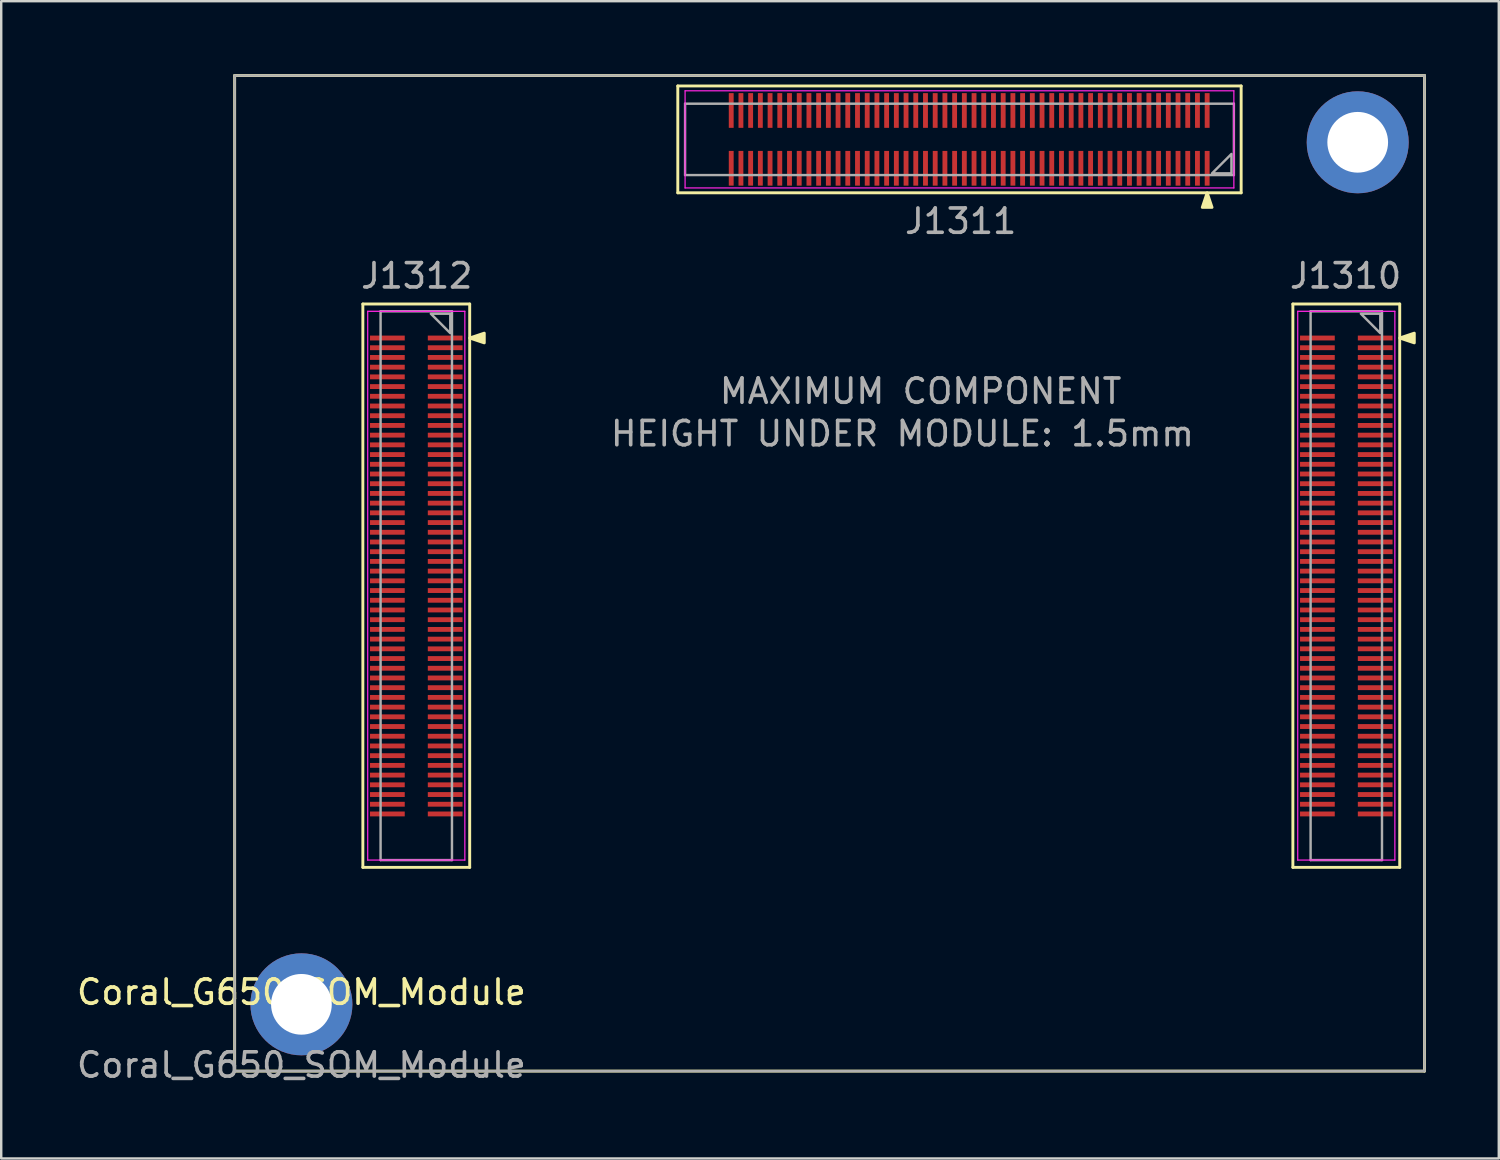
<source format=kicad_pcb>
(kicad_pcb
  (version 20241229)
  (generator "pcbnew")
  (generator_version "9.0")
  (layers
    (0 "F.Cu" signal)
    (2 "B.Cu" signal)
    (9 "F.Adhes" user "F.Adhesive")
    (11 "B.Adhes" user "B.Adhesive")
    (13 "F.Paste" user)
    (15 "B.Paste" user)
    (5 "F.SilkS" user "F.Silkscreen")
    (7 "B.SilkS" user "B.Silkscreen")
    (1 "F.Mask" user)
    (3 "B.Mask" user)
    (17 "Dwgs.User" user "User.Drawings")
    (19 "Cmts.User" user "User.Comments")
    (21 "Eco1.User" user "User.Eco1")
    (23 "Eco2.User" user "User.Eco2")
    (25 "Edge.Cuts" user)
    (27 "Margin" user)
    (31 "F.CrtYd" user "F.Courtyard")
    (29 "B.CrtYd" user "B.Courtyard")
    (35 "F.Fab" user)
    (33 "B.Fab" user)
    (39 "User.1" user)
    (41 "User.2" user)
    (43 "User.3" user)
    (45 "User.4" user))
  (footprint "Coral_G650_SOM_Module"
    (layer "F.Cu")
    (at 9.363 38.31)
    (property "Reference" "Coral_G650_SOM_Module" (at 0 -0.5 0) (unlocked yes) (layer "F.SilkS") (effects (font (size 1 1) (thickness 0.15))))
    (attr through_hole)
    (fp_line (start -2.75 -38.25) (end -2.75 2.75) (stroke (width 0.12) (type solid)) (layer "F.SilkS"))
    (fp_line (start -2.75 2.75) (end 46.25 2.75) (stroke (width 0.12) (type solid)) (layer "F.SilkS"))
    (fp_line (start 2.53 -28.84) (end 6.93 -28.84) (stroke (width 0.12) (type solid)) (layer "F.SilkS"))
    (fp_line (start 2.53 -5.64) (end 2.53 -28.84) (stroke (width 0.12) (type solid)) (layer "F.SilkS"))
    (fp_line (start 6.93 -28.84) (end 6.93 -5.64) (stroke (width 0.12) (type solid)) (layer "F.SilkS"))
    (fp_line (start 6.93 -5.64) (end 2.53 -5.64) (stroke (width 0.12) (type solid)) (layer "F.SilkS"))
    (fp_line (start 15.5 -37.82) (end 38.7 -37.82) (stroke (width 0.12) (type solid)) (layer "F.SilkS"))
    (fp_line (start 15.5 -33.42) (end 15.5 -37.82) (stroke (width 0.12) (type solid)) (layer "F.SilkS"))
    (fp_line (start 38.7 -37.82) (end 38.7 -33.42) (stroke (width 0.12) (type solid)) (layer "F.SilkS"))
    (fp_line (start 38.7 -33.42) (end 15.5 -33.42) (stroke (width 0.12) (type solid)) (layer "F.SilkS"))
    (fp_line (start 40.83 -28.84) (end 45.23 -28.84) (stroke (width 0.12) (type solid)) (layer "F.SilkS"))
    (fp_line (start 40.83 -5.64) (end 40.83 -28.84) (stroke (width 0.12) (type solid)) (layer "F.SilkS"))
    (fp_line (start 45.23 -28.84) (end 45.23 -5.64) (stroke (width 0.12) (type solid)) (layer "F.SilkS"))
    (fp_line (start 45.23 -5.64) (end 40.83 -5.64) (stroke (width 0.12) (type solid)) (layer "F.SilkS"))
    (fp_line (start 46.25 -38.25) (end -2.75 -38.25) (stroke (width 0.12) (type solid)) (layer "F.SilkS"))
    (fp_line (start 46.25 2.75) (end 46.25 -38.25) (stroke (width 0.12) (type solid)) (layer "F.SilkS"))
    (fp_poly (pts (xy 7.53 -27.64) (xy 7.53 -27.24) (xy 6.93 -27.44)) (stroke (width 0.12) (type solid)) (fill yes) (layer "F.SilkS"))
    (fp_poly (pts (xy 37.5 -32.82) (xy 37.1 -32.82) (xy 37.3 -33.42)) (stroke (width 0.12) (type solid)) (fill yes) (layer "F.SilkS"))
    (fp_poly (pts (xy 45.83 -27.64) (xy 45.83 -27.24) (xy 45.23 -27.44)) (stroke (width 0.12) (type solid)) (fill yes) (layer "F.SilkS"))
    (fp_line (start 2.73 -28.54) (end 6.73 -28.54) (stroke (width 0.05) (type solid)) (layer "F.CrtYd"))
    (fp_line (start 2.73 -5.94) (end 2.73 -28.54) (stroke (width 0.05) (type solid)) (layer "F.CrtYd"))
    (fp_line (start 6.73 -28.54) (end 6.73 -5.94) (stroke (width 0.05) (type solid)) (layer "F.CrtYd"))
    (fp_line (start 6.73 -5.94) (end 2.73 -5.94) (stroke (width 0.05) (type solid)) (layer "F.CrtYd"))
    (fp_line (start 15.8 -37.62) (end 38.4 -37.62) (stroke (width 0.05) (type solid)) (layer "F.CrtYd"))
    (fp_line (start 15.8 -33.62) (end 15.8 -37.62) (stroke (width 0.05) (type solid)) (layer "F.CrtYd"))
    (fp_line (start 38.4 -37.62) (end 38.4 -33.62) (stroke (width 0.05) (type solid)) (layer "F.CrtYd"))
    (fp_line (start 38.4 -33.62) (end 15.8 -33.62) (stroke (width 0.05) (type solid)) (layer "F.CrtYd"))
    (fp_line (start 41.03 -28.54) (end 45.03 -28.54) (stroke (width 0.05) (type solid)) (layer "F.CrtYd"))
    (fp_line (start 41.03 -5.94) (end 41.03 -28.54) (stroke (width 0.05) (type solid)) (layer "F.CrtYd"))
    (fp_line (start 45.03 -28.54) (end 45.03 -5.94) (stroke (width 0.05) (type solid)) (layer "F.CrtYd"))
    (fp_line (start 45.03 -5.94) (end 41.03 -5.94) (stroke (width 0.05) (type solid)) (layer "F.CrtYd"))
    (fp_line (start -2.75 -38.25) (end -2.75 2.75) (stroke (width 0.1) (type solid)) (layer "F.Fab"))
    (fp_line (start -2.75 2.75) (end 46.25 2.75) (stroke (width 0.1) (type solid)) (layer "F.Fab"))
    (fp_line (start 3.26 -28.54) (end 6.2 -28.54) (stroke (width 0.1) (type solid)) (layer "F.Fab"))
    (fp_line (start 3.26 -5.94) (end 3.26 -28.54) (stroke (width 0.1) (type solid)) (layer "F.Fab"))
    (fp_line (start 6.2 -28.54) (end 6.2 -5.94) (stroke (width 0.1) (type solid)) (layer "F.Fab"))
    (fp_line (start 6.2 -5.94) (end 3.26 -5.94) (stroke (width 0.1) (type solid)) (layer "F.Fab"))
    (fp_line (start 15.8 -37.09) (end 38.4 -37.09) (stroke (width 0.1) (type solid)) (layer "F.Fab"))
    (fp_line (start 15.8 -34.15) (end 15.8 -37.09) (stroke (width 0.1) (type solid)) (layer "F.Fab"))
    (fp_line (start 38.4 -37.09) (end 38.4 -34.15) (stroke (width 0.1) (type solid)) (layer "F.Fab"))
    (fp_line (start 38.4 -34.15) (end 15.8 -34.15) (stroke (width 0.1) (type solid)) (layer "F.Fab"))
    (fp_line (start 41.56 -28.54) (end 44.5 -28.54) (stroke (width 0.1) (type solid)) (layer "F.Fab"))
    (fp_line (start 41.56 -5.94) (end 41.56 -28.54) (stroke (width 0.1) (type solid)) (layer "F.Fab"))
    (fp_line (start 44.5 -28.54) (end 44.5 -5.94) (stroke (width 0.1) (type solid)) (layer "F.Fab"))
    (fp_line (start 44.5 -5.94) (end 41.56 -5.94) (stroke (width 0.1) (type solid)) (layer "F.Fab"))
    (fp_line (start 46.25 -38.25) (end -2.75 -38.25) (stroke (width 0.1) (type solid)) (layer "F.Fab"))
    (fp_line (start 46.25 2.75) (end 46.25 -38.25) (stroke (width 0.1) (type solid)) (layer "F.Fab"))
    (fp_poly (pts (xy 6.13 -28.44) (xy 6.13 -27.64) (xy 5.33 -28.44)) (stroke (width 0.1) (type solid)) (fill no) (layer "F.Fab"))
    (fp_poly (pts (xy 38.3 -34.22) (xy 37.5 -34.22) (xy 38.3 -35.02)) (stroke (width 0.1) (type solid)) (fill no) (layer "F.Fab"))
    (fp_poly (pts (xy 44.43 -28.44) (xy 44.43 -27.64) (xy 43.63 -28.44)) (stroke (width 0.1) (type solid)) (fill no) (layer "F.Fab"))
    (fp_text user "J1311" (at 27.15 -32.25 0) (unlocked yes) (layer "F.Fab") (effects (font (size 1 1) (thickness 0.15))))
    (fp_text user "MAXIMUM COMPONENT" (at 25.5 -25.25 0) (unlocked yes) (layer "F.Fab") (effects (font (size 1 1) (thickness 0.15))))
    (fp_text user "J1310" (at 43 -30 0) (unlocked yes) (layer "F.Fab") (effects (font (size 1 1) (thickness 0.15))))
    (fp_text user "J1312" (at 4.75 -30 0) (unlocked yes) (layer "F.Fab") (effects (font (size 1 1) (thickness 0.15))))
    (fp_text user "${REFERENCE}" (at 0 2.5 0) (unlocked yes) (layer "F.Fab") (effects (font (size 1 1) (thickness 0.15))))
    (fp_text user "HEIGHT UNDER MODULE: 1.5mm" (at 24.75 -23.5 0) (unlocked yes) (layer "F.Fab") (effects (font (size 1 1) (thickness 0.15))))
    (pad "1" smd rect (at 44.22 -27.44 90) (size 0.2 1.43) (layers "F.Cu" "F.Mask" "F.Paste"))
    (pad "2" smd rect (at 41.84 -27.44 90) (size 0.2 1.43) (layers "F.Cu" "F.Mask" "F.Paste"))
    (pad "3" smd rect (at 44.22 -27.04 90) (size 0.2 1.43) (layers "F.Cu" "F.Mask" "F.Paste"))
    (pad "4" smd rect (at 41.84 -27.04 90) (size 0.2 1.43) (layers "F.Cu" "F.Mask" "F.Paste"))
    (pad "5" smd rect (at 44.22 -26.64 90) (size 0.2 1.43) (layers "F.Cu" "F.Mask" "F.Paste"))
    (pad "6" smd rect (at 41.84 -26.64 90) (size 0.2 1.43) (layers "F.Cu" "F.Mask" "F.Paste"))
    (pad "7" smd rect (at 44.22 -26.24 90) (size 0.2 1.43) (layers "F.Cu" "F.Mask" "F.Paste"))
    (pad "8" smd rect (at 41.84 -26.24 90) (size 0.2 1.43) (layers "F.Cu" "F.Mask" "F.Paste"))
    (pad "9" smd rect (at 44.22 -25.84 90) (size 0.2 1.43) (layers "F.Cu" "F.Mask" "F.Paste"))
    (pad "10" smd rect (at 41.84 -25.84 90) (size 0.2 1.43) (layers "F.Cu" "F.Mask" "F.Paste"))
    (pad "11" smd rect (at 44.22 -25.44 90) (size 0.2 1.43) (layers "F.Cu" "F.Mask" "F.Paste"))
    (pad "12" smd rect (at 41.84 -25.44 90) (size 0.2 1.43) (layers "F.Cu" "F.Mask" "F.Paste"))
    (pad "13" smd rect (at 44.22 -25.04 90) (size 0.2 1.43) (layers "F.Cu" "F.Mask" "F.Paste"))
    (pad "14" smd rect (at 41.84 -25.04 90) (size 0.2 1.43) (layers "F.Cu" "F.Mask" "F.Paste"))
    (pad "15" smd rect (at 44.22 -24.64 90) (size 0.2 1.43) (layers "F.Cu" "F.Mask" "F.Paste"))
    (pad "16" smd rect (at 41.84 -24.64 90) (size 0.2 1.43) (layers "F.Cu" "F.Mask" "F.Paste"))
    (pad "17" smd rect (at 44.22 -24.24 90) (size 0.2 1.43) (layers "F.Cu" "F.Mask" "F.Paste"))
    (pad "18" smd rect (at 41.84 -24.24 90) (size 0.2 1.43) (layers "F.Cu" "F.Mask" "F.Paste"))
    (pad "19" smd rect (at 44.22 -23.84 90) (size 0.2 1.43) (layers "F.Cu" "F.Mask" "F.Paste"))
    (pad "20" smd rect (at 41.84 -23.84 90) (size 0.2 1.43) (layers "F.Cu" "F.Mask" "F.Paste"))
    (pad "21" smd rect (at 44.22 -23.44 90) (size 0.2 1.43) (layers "F.Cu" "F.Mask" "F.Paste"))
    (pad "22" smd rect (at 41.84 -23.44 90) (size 0.2 1.43) (layers "F.Cu" "F.Mask" "F.Paste"))
    (pad "23" smd rect (at 44.22 -23.04 90) (size 0.2 1.43) (layers "F.Cu" "F.Mask" "F.Paste"))
    (pad "24" smd rect (at 41.84 -23.04 90) (size 0.2 1.43) (layers "F.Cu" "F.Mask" "F.Paste"))
    (pad "25" smd rect (at 44.22 -22.64 90) (size 0.2 1.43) (layers "F.Cu" "F.Mask" "F.Paste"))
    (pad "26" smd rect (at 41.84 -22.64 90) (size 0.2 1.43) (layers "F.Cu" "F.Mask" "F.Paste"))
    (pad "27" smd rect (at 44.22 -22.24 90) (size 0.2 1.43) (layers "F.Cu" "F.Mask" "F.Paste"))
    (pad "28" smd rect (at 41.84 -22.24 90) (size 0.2 1.43) (layers "F.Cu" "F.Mask" "F.Paste"))
    (pad "29" smd rect (at 44.22 -21.84 90) (size 0.2 1.43) (layers "F.Cu" "F.Mask" "F.Paste"))
    (pad "30" smd rect (at 41.84 -21.84 90) (size 0.2 1.43) (layers "F.Cu" "F.Mask" "F.Paste"))
    (pad "31" smd rect (at 44.22 -21.44 90) (size 0.2 1.43) (layers "F.Cu" "F.Mask" "F.Paste"))
    (pad "32" smd rect (at 41.84 -21.44 90) (size 0.2 1.43) (layers "F.Cu" "F.Mask" "F.Paste"))
    (pad "33" smd rect (at 44.22 -21.04 90) (size 0.2 1.43) (layers "F.Cu" "F.Mask" "F.Paste"))
    (pad "34" smd rect (at 41.84 -21.04 90) (size 0.2 1.43) (layers "F.Cu" "F.Mask" "F.Paste"))
    (pad "35" smd rect (at 44.22 -20.64 90) (size 0.2 1.43) (layers "F.Cu" "F.Mask" "F.Paste"))
    (pad "36" smd rect (at 41.84 -20.64 90) (size 0.2 1.43) (layers "F.Cu" "F.Mask" "F.Paste"))
    (pad "37" smd rect (at 44.22 -20.24 90) (size 0.2 1.43) (layers "F.Cu" "F.Mask" "F.Paste"))
    (pad "38" smd rect (at 41.84 -20.24 90) (size 0.2 1.43) (layers "F.Cu" "F.Mask" "F.Paste"))
    (pad "39" smd rect (at 44.22 -19.84 90) (size 0.2 1.43) (layers "F.Cu" "F.Mask" "F.Paste"))
    (pad "40" smd rect (at 41.84 -19.84 90) (size 0.2 1.43) (layers "F.Cu" "F.Mask" "F.Paste"))
    (pad "41" smd rect (at 44.22 -19.44 90) (size 0.2 1.43) (layers "F.Cu" "F.Mask" "F.Paste"))
    (pad "42" smd rect (at 41.84 -19.44 90) (size 0.2 1.43) (layers "F.Cu" "F.Mask" "F.Paste"))
    (pad "43" smd rect (at 44.22 -19.04 90) (size 0.2 1.43) (layers "F.Cu" "F.Mask" "F.Paste"))
    (pad "44" smd rect (at 41.84 -19.04 90) (size 0.2 1.43) (layers "F.Cu" "F.Mask" "F.Paste"))
    (pad "45" smd rect (at 44.22 -18.64 90) (size 0.2 1.43) (layers "F.Cu" "F.Mask" "F.Paste"))
    (pad "46" smd rect (at 41.84 -18.64 90) (size 0.2 1.43) (layers "F.Cu" "F.Mask" "F.Paste"))
    (pad "47" smd rect (at 44.22 -18.24 90) (size 0.2 1.43) (layers "F.Cu" "F.Mask" "F.Paste"))
    (pad "48" smd rect (at 41.84 -18.24 90) (size 0.2 1.43) (layers "F.Cu" "F.Mask" "F.Paste"))
    (pad "49" smd rect (at 44.22 -17.84 90) (size 0.2 1.43) (layers "F.Cu" "F.Mask" "F.Paste"))
    (pad "50" smd rect (at 41.84 -17.84 90) (size 0.2 1.43) (layers "F.Cu" "F.Mask" "F.Paste"))
    (pad "51" smd rect (at 44.22 -17.44 90) (size 0.2 1.43) (layers "F.Cu" "F.Mask" "F.Paste"))
    (pad "52" smd rect (at 41.84 -17.44 90) (size 0.2 1.43) (layers "F.Cu" "F.Mask" "F.Paste"))
    (pad "53" smd rect (at 44.22 -17.04 90) (size 0.2 1.43) (layers "F.Cu" "F.Mask" "F.Paste"))
    (pad "54" smd rect (at 41.84 -17.04 90) (size 0.2 1.43) (layers "F.Cu" "F.Mask" "F.Paste"))
    (pad "55" smd rect (at 44.22 -16.64 90) (size 0.2 1.43) (layers "F.Cu" "F.Mask" "F.Paste"))
    (pad "56" smd rect (at 41.84 -16.64 90) (size 0.2 1.43) (layers "F.Cu" "F.Mask" "F.Paste"))
    (pad "57" smd rect (at 44.22 -16.24 90) (size 0.2 1.43) (layers "F.Cu" "F.Mask" "F.Paste"))
    (pad "58" smd rect (at 41.84 -16.24 90) (size 0.2 1.43) (layers "F.Cu" "F.Mask" "F.Paste"))
    (pad "59" smd rect (at 44.22 -15.84 90) (size 0.2 1.43) (layers "F.Cu" "F.Mask" "F.Paste"))
    (pad "60" smd rect (at 41.84 -15.84 90) (size 0.2 1.43) (layers "F.Cu" "F.Mask" "F.Paste"))
    (pad "61" smd rect (at 44.22 -15.44 90) (size 0.2 1.43) (layers "F.Cu" "F.Mask" "F.Paste"))
    (pad "62" smd rect (at 41.84 -15.44 90) (size 0.2 1.43) (layers "F.Cu" "F.Mask" "F.Paste"))
    (pad "63" smd rect (at 44.22 -15.04 90) (size 0.2 1.43) (layers "F.Cu" "F.Mask" "F.Paste"))
    (pad "64" smd rect (at 41.84 -15.04 90) (size 0.2 1.43) (layers "F.Cu" "F.Mask" "F.Paste"))
    (pad "65" smd rect (at 44.22 -14.64 90) (size 0.2 1.43) (layers "F.Cu" "F.Mask" "F.Paste"))
    (pad "66" smd rect (at 41.84 -14.64 90) (size 0.2 1.43) (layers "F.Cu" "F.Mask" "F.Paste"))
    (pad "67" smd rect (at 44.22 -14.24 90) (size 0.2 1.43) (layers "F.Cu" "F.Mask" "F.Paste"))
    (pad "68" smd rect (at 41.84 -14.24 90) (size 0.2 1.43) (layers "F.Cu" "F.Mask" "F.Paste"))
    (pad "69" smd rect (at 44.22 -13.84 90) (size 0.2 1.43) (layers "F.Cu" "F.Mask" "F.Paste"))
    (pad "70" smd rect (at 41.84 -13.84 90) (size 0.2 1.43) (layers "F.Cu" "F.Mask" "F.Paste"))
    (pad "71" smd rect (at 44.22 -13.44 90) (size 0.2 1.43) (layers "F.Cu" "F.Mask" "F.Paste"))
    (pad "72" smd rect (at 41.84 -13.44 90) (size 0.2 1.43) (layers "F.Cu" "F.Mask" "F.Paste"))
    (pad "73" smd rect (at 44.22 -13.04 90) (size 0.2 1.43) (layers "F.Cu" "F.Mask" "F.Paste"))
    (pad "74" smd rect (at 41.84 -13.04 90) (size 0.2 1.43) (layers "F.Cu" "F.Mask" "F.Paste"))
    (pad "75" smd rect (at 44.22 -12.64 90) (size 0.2 1.43) (layers "F.Cu" "F.Mask" "F.Paste"))
    (pad "76" smd rect (at 41.84 -12.64 90) (size 0.2 1.43) (layers "F.Cu" "F.Mask" "F.Paste"))
    (pad "77" smd rect (at 44.22 -12.24 90) (size 0.2 1.43) (layers "F.Cu" "F.Mask" "F.Paste"))
    (pad "78" smd rect (at 41.84 -12.24 90) (size 0.2 1.43) (layers "F.Cu" "F.Mask" "F.Paste"))
    (pad "79" smd rect (at 44.22 -11.84 90) (size 0.2 1.43) (layers "F.Cu" "F.Mask" "F.Paste"))
    (pad "80" smd rect (at 41.84 -11.84 90) (size 0.2 1.43) (layers "F.Cu" "F.Mask" "F.Paste"))
    (pad "81" smd rect (at 44.22 -11.44 90) (size 0.2 1.43) (layers "F.Cu" "F.Mask" "F.Paste"))
    (pad "82" smd rect (at 41.84 -11.44 90) (size 0.2 1.43) (layers "F.Cu" "F.Mask" "F.Paste"))
    (pad "83" smd rect (at 44.22 -11.04 90) (size 0.2 1.43) (layers "F.Cu" "F.Mask" "F.Paste"))
    (pad "84" smd rect (at 41.84 -11.04 90) (size 0.2 1.43) (layers "F.Cu" "F.Mask" "F.Paste"))
    (pad "85" smd rect (at 44.22 -10.64 90) (size 0.2 1.43) (layers "F.Cu" "F.Mask" "F.Paste"))
    (pad "86" smd rect (at 41.84 -10.64 90) (size 0.2 1.43) (layers "F.Cu" "F.Mask" "F.Paste"))
    (pad "87" smd rect (at 44.22 -10.24 90) (size 0.2 1.43) (layers "F.Cu" "F.Mask" "F.Paste"))
    (pad "88" smd rect (at 41.84 -10.24 90) (size 0.2 1.43) (layers "F.Cu" "F.Mask" "F.Paste"))
    (pad "89" smd rect (at 44.22 -9.84 90) (size 0.2 1.43) (layers "F.Cu" "F.Mask" "F.Paste"))
    (pad "90" smd rect (at 41.84 -9.84 90) (size 0.2 1.43) (layers "F.Cu" "F.Mask" "F.Paste"))
    (pad "91" smd rect (at 44.22 -9.44 90) (size 0.2 1.43) (layers "F.Cu" "F.Mask" "F.Paste"))
    (pad "92" smd rect (at 41.84 -9.44 90) (size 0.2 1.43) (layers "F.Cu" "F.Mask" "F.Paste"))
    (pad "93" smd rect (at 44.22 -9.04 90) (size 0.2 1.43) (layers "F.Cu" "F.Mask" "F.Paste"))
    (pad "94" smd rect (at 41.84 -9.04 90) (size 0.2 1.43) (layers "F.Cu" "F.Mask" "F.Paste"))
    (pad "95" smd rect (at 44.22 -8.64 90) (size 0.2 1.43) (layers "F.Cu" "F.Mask" "F.Paste"))
    (pad "96" smd rect (at 41.84 -8.64 90) (size 0.2 1.43) (layers "F.Cu" "F.Mask" "F.Paste"))
    (pad "97" smd rect (at 44.22 -8.24 90) (size 0.2 1.43) (layers "F.Cu" "F.Mask" "F.Paste"))
    (pad "98" smd rect (at 41.84 -8.24 90) (size 0.2 1.43) (layers "F.Cu" "F.Mask" "F.Paste"))
    (pad "99" smd rect (at 44.22 -7.84 90) (size 0.2 1.43) (layers "F.Cu" "F.Mask" "F.Paste"))
    (pad "100" smd rect (at 41.84 -7.84 90) (size 0.2 1.43) (layers "F.Cu" "F.Mask" "F.Paste"))
    (pad "101" smd rect (at 37.3 -34.43) (size 0.2 1.43) (layers "F.Cu" "F.Mask" "F.Paste"))
    (pad "102" smd rect (at 37.3 -36.81) (size 0.2 1.43) (layers "F.Cu" "F.Mask" "F.Paste"))
    (pad "103" smd rect (at 36.9 -34.43) (size 0.2 1.43) (layers "F.Cu" "F.Mask" "F.Paste"))
    (pad "104" smd rect (at 36.9 -36.81) (size 0.2 1.43) (layers "F.Cu" "F.Mask" "F.Paste"))
    (pad "105" smd rect (at 36.5 -34.43) (size 0.2 1.43) (layers "F.Cu" "F.Mask" "F.Paste"))
    (pad "106" smd rect (at 36.5 -36.81) (size 0.2 1.43) (layers "F.Cu" "F.Mask" "F.Paste"))
    (pad "107" smd rect (at 36.1 -34.43) (size 0.2 1.43) (layers "F.Cu" "F.Mask" "F.Paste"))
    (pad "108" smd rect (at 36.1 -36.81) (size 0.2 1.43) (layers "F.Cu" "F.Mask" "F.Paste"))
    (pad "109" smd rect (at 35.7 -34.43) (size 0.2 1.43) (layers "F.Cu" "F.Mask" "F.Paste"))
    (pad "110" smd rect (at 35.7 -36.81) (size 0.2 1.43) (layers "F.Cu" "F.Mask" "F.Paste"))
    (pad "111" smd rect (at 35.3 -34.43) (size 0.2 1.43) (layers "F.Cu" "F.Mask" "F.Paste"))
    (pad "112" smd rect (at 35.3 -36.81) (size 0.2 1.43) (layers "F.Cu" "F.Mask" "F.Paste"))
    (pad "113" smd rect (at 34.9 -34.43) (size 0.2 1.43) (layers "F.Cu" "F.Mask" "F.Paste"))
    (pad "114" smd rect (at 34.9 -36.81) (size 0.2 1.43) (layers "F.Cu" "F.Mask" "F.Paste"))
    (pad "115" smd rect (at 34.5 -34.43) (size 0.2 1.43) (layers "F.Cu" "F.Mask" "F.Paste"))
    (pad "116" smd rect (at 34.5 -36.81) (size 0.2 1.43) (layers "F.Cu" "F.Mask" "F.Paste"))
    (pad "117" smd rect (at 34.1 -34.43) (size 0.2 1.43) (layers "F.Cu" "F.Mask" "F.Paste"))
    (pad "118" smd rect (at 34.1 -36.81) (size 0.2 1.43) (layers "F.Cu" "F.Mask" "F.Paste"))
    (pad "119" smd rect (at 33.7 -34.43) (size 0.2 1.43) (layers "F.Cu" "F.Mask" "F.Paste"))
    (pad "120" smd rect (at 33.7 -36.81) (size 0.2 1.43) (layers "F.Cu" "F.Mask" "F.Paste"))
    (pad "121" smd rect (at 33.3 -34.43) (size 0.2 1.43) (layers "F.Cu" "F.Mask" "F.Paste"))
    (pad "122" smd rect (at 33.3 -36.81) (size 0.2 1.43) (layers "F.Cu" "F.Mask" "F.Paste"))
    (pad "123" smd rect (at 32.9 -34.43) (size 0.2 1.43) (layers "F.Cu" "F.Mask" "F.Paste"))
    (pad "124" smd rect (at 32.9 -36.81) (size 0.2 1.43) (layers "F.Cu" "F.Mask" "F.Paste"))
    (pad "125" smd rect (at 32.5 -34.43) (size 0.2 1.43) (layers "F.Cu" "F.Mask" "F.Paste"))
    (pad "126" smd rect (at 32.5 -36.81) (size 0.2 1.43) (layers "F.Cu" "F.Mask" "F.Paste"))
    (pad "127" smd rect (at 32.1 -34.43) (size 0.2 1.43) (layers "F.Cu" "F.Mask" "F.Paste"))
    (pad "128" smd rect (at 32.1 -36.81) (size 0.2 1.43) (layers "F.Cu" "F.Mask" "F.Paste"))
    (pad "129" smd rect (at 31.7 -34.43) (size 0.2 1.43) (layers "F.Cu" "F.Mask" "F.Paste"))
    (pad "130" smd rect (at 31.7 -36.81) (size 0.2 1.43) (layers "F.Cu" "F.Mask" "F.Paste"))
    (pad "131" smd rect (at 31.3 -34.43) (size 0.2 1.43) (layers "F.Cu" "F.Mask" "F.Paste"))
    (pad "132" smd rect (at 31.3 -36.81) (size 0.2 1.43) (layers "F.Cu" "F.Mask" "F.Paste"))
    (pad "133" smd rect (at 30.9 -34.43) (size 0.2 1.43) (layers "F.Cu" "F.Mask" "F.Paste"))
    (pad "134" smd rect (at 30.9 -36.81) (size 0.2 1.43) (layers "F.Cu" "F.Mask" "F.Paste"))
    (pad "135" smd rect (at 30.5 -34.43) (size 0.2 1.43) (layers "F.Cu" "F.Mask" "F.Paste"))
    (pad "136" smd rect (at 30.5 -36.81) (size 0.2 1.43) (layers "F.Cu" "F.Mask" "F.Paste"))
    (pad "137" smd rect (at 30.1 -34.43) (size 0.2 1.43) (layers "F.Cu" "F.Mask" "F.Paste"))
    (pad "138" smd rect (at 30.1 -36.81) (size 0.2 1.43) (layers "F.Cu" "F.Mask" "F.Paste"))
    (pad "139" smd rect (at 29.7 -34.43) (size 0.2 1.43) (layers "F.Cu" "F.Mask" "F.Paste"))
    (pad "140" smd rect (at 29.7 -36.81) (size 0.2 1.43) (layers "F.Cu" "F.Mask" "F.Paste"))
    (pad "141" smd rect (at 29.3 -34.43) (size 0.2 1.43) (layers "F.Cu" "F.Mask" "F.Paste"))
    (pad "142" smd rect (at 29.3 -36.81) (size 0.2 1.43) (layers "F.Cu" "F.Mask" "F.Paste"))
    (pad "143" smd rect (at 28.9 -34.43) (size 0.2 1.43) (layers "F.Cu" "F.Mask" "F.Paste"))
    (pad "144" smd rect (at 28.9 -36.81) (size 0.2 1.43) (layers "F.Cu" "F.Mask" "F.Paste"))
    (pad "145" smd rect (at 28.5 -34.43) (size 0.2 1.43) (layers "F.Cu" "F.Mask" "F.Paste"))
    (pad "146" smd rect (at 28.5 -36.81) (size 0.2 1.43) (layers "F.Cu" "F.Mask" "F.Paste"))
    (pad "147" smd rect (at 28.1 -34.43) (size 0.2 1.43) (layers "F.Cu" "F.Mask" "F.Paste"))
    (pad "148" smd rect (at 28.1 -36.81) (size 0.2 1.43) (layers "F.Cu" "F.Mask" "F.Paste"))
    (pad "149" smd rect (at 27.7 -34.43) (size 0.2 1.43) (layers "F.Cu" "F.Mask" "F.Paste"))
    (pad "150" smd rect (at 27.7 -36.81) (size 0.2 1.43) (layers "F.Cu" "F.Mask" "F.Paste"))
    (pad "151" smd rect (at 27.3 -34.43) (size 0.2 1.43) (layers "F.Cu" "F.Mask" "F.Paste"))
    (pad "152" smd rect (at 27.3 -36.81) (size 0.2 1.43) (layers "F.Cu" "F.Mask" "F.Paste"))
    (pad "153" smd rect (at 26.9 -34.43) (size 0.2 1.43) (layers "F.Cu" "F.Mask" "F.Paste"))
    (pad "154" smd rect (at 26.9 -36.81) (size 0.2 1.43) (layers "F.Cu" "F.Mask" "F.Paste"))
    (pad "155" smd rect (at 26.5 -34.43) (size 0.2 1.43) (layers "F.Cu" "F.Mask" "F.Paste"))
    (pad "156" smd rect (at 26.5 -36.81) (size 0.2 1.43) (layers "F.Cu" "F.Mask" "F.Paste"))
    (pad "157" smd rect (at 26.1 -34.43) (size 0.2 1.43) (layers "F.Cu" "F.Mask" "F.Paste"))
    (pad "158" smd rect (at 26.1 -36.81) (size 0.2 1.43) (layers "F.Cu" "F.Mask" "F.Paste"))
    (pad "159" smd rect (at 25.7 -34.43) (size 0.2 1.43) (layers "F.Cu" "F.Mask" "F.Paste"))
    (pad "160" smd rect (at 25.7 -36.81) (size 0.2 1.43) (layers "F.Cu" "F.Mask" "F.Paste"))
    (pad "161" smd rect (at 25.3 -34.43) (size 0.2 1.43) (layers "F.Cu" "F.Mask" "F.Paste"))
    (pad "162" smd rect (at 25.3 -36.81) (size 0.2 1.43) (layers "F.Cu" "F.Mask" "F.Paste"))
    (pad "163" smd rect (at 24.9 -34.43) (size 0.2 1.43) (layers "F.Cu" "F.Mask" "F.Paste"))
    (pad "164" smd rect (at 24.9 -36.81) (size 0.2 1.43) (layers "F.Cu" "F.Mask" "F.Paste"))
    (pad "165" smd rect (at 24.5 -34.43) (size 0.2 1.43) (layers "F.Cu" "F.Mask" "F.Paste"))
    (pad "166" smd rect (at 24.5 -36.81) (size 0.2 1.43) (layers "F.Cu" "F.Mask" "F.Paste"))
    (pad "167" smd rect (at 24.1 -34.43) (size 0.2 1.43) (layers "F.Cu" "F.Mask" "F.Paste"))
    (pad "168" smd rect (at 24.1 -36.81) (size 0.2 1.43) (layers "F.Cu" "F.Mask" "F.Paste"))
    (pad "169" smd rect (at 23.7 -34.43) (size 0.2 1.43) (layers "F.Cu" "F.Mask" "F.Paste"))
    (pad "170" smd rect (at 23.7 -36.81) (size 0.2 1.43) (layers "F.Cu" "F.Mask" "F.Paste"))
    (pad "171" smd rect (at 23.3 -34.43) (size 0.2 1.43) (layers "F.Cu" "F.Mask" "F.Paste"))
    (pad "172" smd rect (at 23.3 -36.81) (size 0.2 1.43) (layers "F.Cu" "F.Mask" "F.Paste"))
    (pad "173" smd rect (at 22.9 -34.43) (size 0.2 1.43) (layers "F.Cu" "F.Mask" "F.Paste"))
    (pad "174" smd rect (at 22.9 -36.81) (size 0.2 1.43) (layers "F.Cu" "F.Mask" "F.Paste"))
    (pad "175" smd rect (at 22.5 -34.43) (size 0.2 1.43) (layers "F.Cu" "F.Mask" "F.Paste"))
    (pad "176" smd rect (at 22.5 -36.81) (size 0.2 1.43) (layers "F.Cu" "F.Mask" "F.Paste"))
    (pad "177" smd rect (at 22.1 -34.43) (size 0.2 1.43) (layers "F.Cu" "F.Mask" "F.Paste"))
    (pad "178" smd rect (at 22.1 -36.81) (size 0.2 1.43) (layers "F.Cu" "F.Mask" "F.Paste"))
    (pad "179" smd rect (at 21.7 -34.43) (size 0.2 1.43) (layers "F.Cu" "F.Mask" "F.Paste"))
    (pad "180" smd rect (at 21.7 -36.81) (size 0.2 1.43) (layers "F.Cu" "F.Mask" "F.Paste"))
    (pad "181" smd rect (at 21.3 -34.43) (size 0.2 1.43) (layers "F.Cu" "F.Mask" "F.Paste"))
    (pad "182" smd rect (at 21.3 -36.81) (size 0.2 1.43) (layers "F.Cu" "F.Mask" "F.Paste"))
    (pad "183" smd rect (at 20.9 -34.43) (size 0.2 1.43) (layers "F.Cu" "F.Mask" "F.Paste"))
    (pad "184" smd rect (at 20.9 -36.81) (size 0.2 1.43) (layers "F.Cu" "F.Mask" "F.Paste"))
    (pad "185" smd rect (at 20.5 -34.43) (size 0.2 1.43) (layers "F.Cu" "F.Mask" "F.Paste"))
    (pad "186" smd rect (at 20.5 -36.81) (size 0.2 1.43) (layers "F.Cu" "F.Mask" "F.Paste"))
    (pad "187" smd rect (at 20.1 -34.43) (size 0.2 1.43) (layers "F.Cu" "F.Mask" "F.Paste"))
    (pad "188" smd rect (at 20.1 -36.81) (size 0.2 1.43) (layers "F.Cu" "F.Mask" "F.Paste"))
    (pad "189" smd rect (at 19.7 -34.43) (size 0.2 1.43) (layers "F.Cu" "F.Mask" "F.Paste"))
    (pad "190" smd rect (at 19.7 -36.81) (size 0.2 1.43) (layers "F.Cu" "F.Mask" "F.Paste"))
    (pad "191" smd rect (at 19.3 -34.43) (size 0.2 1.43) (layers "F.Cu" "F.Mask" "F.Paste"))
    (pad "192" smd rect (at 19.3 -36.81) (size 0.2 1.43) (layers "F.Cu" "F.Mask" "F.Paste"))
    (pad "193" smd rect (at 18.9 -34.43) (size 0.2 1.43) (layers "F.Cu" "F.Mask" "F.Paste"))
    (pad "194" smd rect (at 18.9 -36.81) (size 0.2 1.43) (layers "F.Cu" "F.Mask" "F.Paste"))
    (pad "195" smd rect (at 18.5 -34.43) (size 0.2 1.43) (layers "F.Cu" "F.Mask" "F.Paste"))
    (pad "196" smd rect (at 18.5 -36.81) (size 0.2 1.43) (layers "F.Cu" "F.Mask" "F.Paste"))
    (pad "197" smd rect (at 18.1 -34.43) (size 0.2 1.43) (layers "F.Cu" "F.Mask" "F.Paste"))
    (pad "198" smd rect (at 18.1 -36.81) (size 0.2 1.43) (layers "F.Cu" "F.Mask" "F.Paste"))
    (pad "199" smd rect (at 17.7 -34.43) (size 0.2 1.43) (layers "F.Cu" "F.Mask" "F.Paste"))
    (pad "200" smd rect (at 17.7 -36.81) (size 0.2 1.43) (layers "F.Cu" "F.Mask" "F.Paste"))
    (pad "201" smd rect (at 5.92 -27.44 90) (size 0.2 1.43) (layers "F.Cu" "F.Mask" "F.Paste"))
    (pad "202" smd rect (at 3.54 -27.44 90) (size 0.2 1.43) (layers "F.Cu" "F.Mask" "F.Paste"))
    (pad "203" smd rect (at 5.92 -27.04 90) (size 0.2 1.43) (layers "F.Cu" "F.Mask" "F.Paste"))
    (pad "204" smd rect (at 3.54 -27.04 90) (size 0.2 1.43) (layers "F.Cu" "F.Mask" "F.Paste"))
    (pad "205" smd rect (at 5.92 -26.64 90) (size 0.2 1.43) (layers "F.Cu" "F.Mask" "F.Paste"))
    (pad "206" smd rect (at 3.54 -26.64 90) (size 0.2 1.43) (layers "F.Cu" "F.Mask" "F.Paste"))
    (pad "207" smd rect (at 5.92 -26.24 90) (size 0.2 1.43) (layers "F.Cu" "F.Mask" "F.Paste"))
    (pad "208" smd rect (at 3.54 -26.24 90) (size 0.2 1.43) (layers "F.Cu" "F.Mask" "F.Paste"))
    (pad "209" smd rect (at 5.92 -25.84 90) (size 0.2 1.43) (layers "F.Cu" "F.Mask" "F.Paste"))
    (pad "210" smd rect (at 3.54 -25.84 90) (size 0.2 1.43) (layers "F.Cu" "F.Mask" "F.Paste"))
    (pad "211" smd rect (at 5.92 -25.44 90) (size 0.2 1.43) (layers "F.Cu" "F.Mask" "F.Paste"))
    (pad "212" smd rect (at 3.54 -25.44 90) (size 0.2 1.43) (layers "F.Cu" "F.Mask" "F.Paste"))
    (pad "213" smd rect (at 5.92 -25.04 90) (size 0.2 1.43) (layers "F.Cu" "F.Mask" "F.Paste"))
    (pad "214" smd rect (at 3.54 -25.04 90) (size 0.2 1.43) (layers "F.Cu" "F.Mask" "F.Paste"))
    (pad "215" smd rect (at 5.92 -24.64 90) (size 0.2 1.43) (layers "F.Cu" "F.Mask" "F.Paste"))
    (pad "216" smd rect (at 3.54 -24.64 90) (size 0.2 1.43) (layers "F.Cu" "F.Mask" "F.Paste"))
    (pad "217" smd rect (at 5.92 -24.24 90) (size 0.2 1.43) (layers "F.Cu" "F.Mask" "F.Paste"))
    (pad "218" smd rect (at 3.54 -24.24 90) (size 0.2 1.43) (layers "F.Cu" "F.Mask" "F.Paste"))
    (pad "219" smd rect (at 5.92 -23.84 90) (size 0.2 1.43) (layers "F.Cu" "F.Mask" "F.Paste"))
    (pad "220" smd rect (at 3.54 -23.84 90) (size 0.2 1.43) (layers "F.Cu" "F.Mask" "F.Paste"))
    (pad "221" smd rect (at 5.92 -23.44 90) (size 0.2 1.43) (layers "F.Cu" "F.Mask" "F.Paste"))
    (pad "222" smd rect (at 3.54 -23.44 90) (size 0.2 1.43) (layers "F.Cu" "F.Mask" "F.Paste"))
    (pad "223" smd rect (at 5.92 -23.04 90) (size 0.2 1.43) (layers "F.Cu" "F.Mask" "F.Paste"))
    (pad "224" smd rect (at 3.54 -23.04 90) (size 0.2 1.43) (layers "F.Cu" "F.Mask" "F.Paste"))
    (pad "225" smd rect (at 5.92 -22.64 90) (size 0.2 1.43) (layers "F.Cu" "F.Mask" "F.Paste"))
    (pad "226" smd rect (at 3.54 -22.64 90) (size 0.2 1.43) (layers "F.Cu" "F.Mask" "F.Paste"))
    (pad "227" smd rect (at 5.92 -22.24 90) (size 0.2 1.43) (layers "F.Cu" "F.Mask" "F.Paste"))
    (pad "228" smd rect (at 3.54 -22.24 90) (size 0.2 1.43) (layers "F.Cu" "F.Mask" "F.Paste"))
    (pad "229" smd rect (at 5.92 -21.84 90) (size 0.2 1.43) (layers "F.Cu" "F.Mask" "F.Paste"))
    (pad "230" smd rect (at 3.54 -21.84 90) (size 0.2 1.43) (layers "F.Cu" "F.Mask" "F.Paste"))
    (pad "231" smd rect (at 5.92 -21.44 90) (size 0.2 1.43) (layers "F.Cu" "F.Mask" "F.Paste"))
    (pad "232" smd rect (at 3.54 -21.44 90) (size 0.2 1.43) (layers "F.Cu" "F.Mask" "F.Paste"))
    (pad "233" smd rect (at 5.92 -21.04 90) (size 0.2 1.43) (layers "F.Cu" "F.Mask" "F.Paste"))
    (pad "234" smd rect (at 3.54 -21.04 90) (size 0.2 1.43) (layers "F.Cu" "F.Mask" "F.Paste"))
    (pad "235" smd rect (at 5.92 -20.64 90) (size 0.2 1.43) (layers "F.Cu" "F.Mask" "F.Paste"))
    (pad "236" smd rect (at 3.54 -20.64 90) (size 0.2 1.43) (layers "F.Cu" "F.Mask" "F.Paste"))
    (pad "237" smd rect (at 5.92 -20.24 90) (size 0.2 1.43) (layers "F.Cu" "F.Mask" "F.Paste"))
    (pad "238" smd rect (at 3.54 -20.24 90) (size 0.2 1.43) (layers "F.Cu" "F.Mask" "F.Paste"))
    (pad "239" smd rect (at 5.92 -19.84 90) (size 0.2 1.43) (layers "F.Cu" "F.Mask" "F.Paste"))
    (pad "240" smd rect (at 3.54 -19.84 90) (size 0.2 1.43) (layers "F.Cu" "F.Mask" "F.Paste"))
    (pad "241" smd rect (at 5.92 -19.44 90) (size 0.2 1.43) (layers "F.Cu" "F.Mask" "F.Paste"))
    (pad "242" smd rect (at 3.54 -19.44 90) (size 0.2 1.43) (layers "F.Cu" "F.Mask" "F.Paste"))
    (pad "243" smd rect (at 5.92 -19.04 90) (size 0.2 1.43) (layers "F.Cu" "F.Mask" "F.Paste"))
    (pad "244" smd rect (at 3.54 -19.04 90) (size 0.2 1.43) (layers "F.Cu" "F.Mask" "F.Paste"))
    (pad "245" smd rect (at 5.92 -18.64 90) (size 0.2 1.43) (layers "F.Cu" "F.Mask" "F.Paste"))
    (pad "246" smd rect (at 3.54 -18.64 90) (size 0.2 1.43) (layers "F.Cu" "F.Mask" "F.Paste"))
    (pad "247" smd rect (at 5.92 -18.24 90) (size 0.2 1.43) (layers "F.Cu" "F.Mask" "F.Paste"))
    (pad "248" smd rect (at 3.54 -18.24 90) (size 0.2 1.43) (layers "F.Cu" "F.Mask" "F.Paste"))
    (pad "249" smd rect (at 5.92 -17.84 90) (size 0.2 1.43) (layers "F.Cu" "F.Mask" "F.Paste"))
    (pad "250" smd rect (at 3.54 -17.84 90) (size 0.2 1.43) (layers "F.Cu" "F.Mask" "F.Paste"))
    (pad "251" smd rect (at 5.92 -17.44 90) (size 0.2 1.43) (layers "F.Cu" "F.Mask" "F.Paste"))
    (pad "252" smd rect (at 3.54 -17.44 90) (size 0.2 1.43) (layers "F.Cu" "F.Mask" "F.Paste"))
    (pad "253" smd rect (at 5.92 -17.04 90) (size 0.2 1.43) (layers "F.Cu" "F.Mask" "F.Paste"))
    (pad "254" smd rect (at 3.54 -17.04 90) (size 0.2 1.43) (layers "F.Cu" "F.Mask" "F.Paste"))
    (pad "255" smd rect (at 5.92 -16.64 90) (size 0.2 1.43) (layers "F.Cu" "F.Mask" "F.Paste"))
    (pad "256" smd rect (at 3.54 -16.64 90) (size 0.2 1.43) (layers "F.Cu" "F.Mask" "F.Paste"))
    (pad "257" smd rect (at 5.92 -16.24 90) (size 0.2 1.43) (layers "F.Cu" "F.Mask" "F.Paste"))
    (pad "258" smd rect (at 3.54 -16.24 90) (size 0.2 1.43) (layers "F.Cu" "F.Mask" "F.Paste"))
    (pad "259" smd rect (at 5.92 -15.84 90) (size 0.2 1.43) (layers "F.Cu" "F.Mask" "F.Paste"))
    (pad "260" smd rect (at 3.54 -15.84 90) (size 0.2 1.43) (layers "F.Cu" "F.Mask" "F.Paste"))
    (pad "261" smd rect (at 5.92 -15.44 90) (size 0.2 1.43) (layers "F.Cu" "F.Mask" "F.Paste"))
    (pad "262" smd rect (at 3.54 -15.44 90) (size 0.2 1.43) (layers "F.Cu" "F.Mask" "F.Paste"))
    (pad "263" smd rect (at 5.92 -15.04 90) (size 0.2 1.43) (layers "F.Cu" "F.Mask" "F.Paste"))
    (pad "264" smd rect (at 3.54 -15.04 90) (size 0.2 1.43) (layers "F.Cu" "F.Mask" "F.Paste"))
    (pad "265" smd rect (at 5.92 -14.64 90) (size 0.2 1.43) (layers "F.Cu" "F.Mask" "F.Paste"))
    (pad "266" smd rect (at 3.54 -14.64 90) (size 0.2 1.43) (layers "F.Cu" "F.Mask" "F.Paste"))
    (pad "267" smd rect (at 5.92 -14.24 90) (size 0.2 1.43) (layers "F.Cu" "F.Mask" "F.Paste"))
    (pad "268" smd rect (at 3.54 -14.24 90) (size 0.2 1.43) (layers "F.Cu" "F.Mask" "F.Paste"))
    (pad "269" smd rect (at 5.92 -13.84 90) (size 0.2 1.43) (layers "F.Cu" "F.Mask" "F.Paste"))
    (pad "270" smd rect (at 3.54 -13.84 90) (size 0.2 1.43) (layers "F.Cu" "F.Mask" "F.Paste"))
    (pad "271" smd rect (at 5.92 -13.44 90) (size 0.2 1.43) (layers "F.Cu" "F.Mask" "F.Paste"))
    (pad "272" smd rect (at 3.54 -13.44 90) (size 0.2 1.43) (layers "F.Cu" "F.Mask" "F.Paste"))
    (pad "273" smd rect (at 5.92 -13.04 90) (size 0.2 1.43) (layers "F.Cu" "F.Mask" "F.Paste"))
    (pad "274" smd rect (at 3.54 -13.04 90) (size 0.2 1.43) (layers "F.Cu" "F.Mask" "F.Paste"))
    (pad "275" smd rect (at 5.92 -12.64 90) (size 0.2 1.43) (layers "F.Cu" "F.Mask" "F.Paste"))
    (pad "276" smd rect (at 3.54 -12.64 90) (size 0.2 1.43) (layers "F.Cu" "F.Mask" "F.Paste"))
    (pad "277" smd rect (at 5.92 -12.24 90) (size 0.2 1.43) (layers "F.Cu" "F.Mask" "F.Paste"))
    (pad "278" smd rect (at 3.54 -12.24 90) (size 0.2 1.43) (layers "F.Cu" "F.Mask" "F.Paste"))
    (pad "279" smd rect (at 5.92 -11.84 90) (size 0.2 1.43) (layers "F.Cu" "F.Mask" "F.Paste"))
    (pad "280" smd rect (at 3.54 -11.84 90) (size 0.2 1.43) (layers "F.Cu" "F.Mask" "F.Paste"))
    (pad "281" smd rect (at 5.92 -11.44 90) (size 0.2 1.43) (layers "F.Cu" "F.Mask" "F.Paste"))
    (pad "282" smd rect (at 3.54 -11.44 90) (size 0.2 1.43) (layers "F.Cu" "F.Mask" "F.Paste"))
    (pad "283" smd rect (at 5.92 -11.04 90) (size 0.2 1.43) (layers "F.Cu" "F.Mask" "F.Paste"))
    (pad "284" smd rect (at 3.54 -11.04 90) (size 0.2 1.43) (layers "F.Cu" "F.Mask" "F.Paste"))
    (pad "285" smd rect (at 5.92 -10.64 90) (size 0.2 1.43) (layers "F.Cu" "F.Mask" "F.Paste"))
    (pad "286" smd rect (at 3.54 -10.64 90) (size 0.2 1.43) (layers "F.Cu" "F.Mask" "F.Paste"))
    (pad "287" smd rect (at 5.92 -10.24 90) (size 0.2 1.43) (layers "F.Cu" "F.Mask" "F.Paste"))
    (pad "288" smd rect (at 3.54 -10.24 90) (size 0.2 1.43) (layers "F.Cu" "F.Mask" "F.Paste"))
    (pad "289" smd rect (at 5.92 -9.84 90) (size 0.2 1.43) (layers "F.Cu" "F.Mask" "F.Paste"))
    (pad "290" smd rect (at 3.54 -9.84 90) (size 0.2 1.43) (layers "F.Cu" "F.Mask" "F.Paste"))
    (pad "291" smd rect (at 5.92 -9.44 90) (size 0.2 1.43) (layers "F.Cu" "F.Mask" "F.Paste"))
    (pad "292" smd rect (at 3.54 -9.44 90) (size 0.2 1.43) (layers "F.Cu" "F.Mask" "F.Paste"))
    (pad "293" smd rect (at 5.92 -9.04 90) (size 0.2 1.43) (layers "F.Cu" "F.Mask" "F.Paste"))
    (pad "294" smd rect (at 3.54 -9.04 90) (size 0.2 1.43) (layers "F.Cu" "F.Mask" "F.Paste"))
    (pad "295" smd rect (at 5.92 -8.64 90) (size 0.2 1.43) (layers "F.Cu" "F.Mask" "F.Paste"))
    (pad "296" smd rect (at 3.54 -8.64 90) (size 0.2 1.43) (layers "F.Cu" "F.Mask" "F.Paste"))
    (pad "297" smd rect (at 5.92 -8.24 90) (size 0.2 1.43) (layers "F.Cu" "F.Mask" "F.Paste"))
    (pad "298" smd rect (at 3.54 -8.24 90) (size 0.2 1.43) (layers "F.Cu" "F.Mask" "F.Paste"))
    (pad "299" smd rect (at 5.92 -7.84 90) (size 0.2 1.43) (layers "F.Cu" "F.Mask" "F.Paste"))
    (pad "300" smd rect (at 3.54 -7.84 90) (size 0.2 1.43) (layers "F.Cu" "F.Mask" "F.Paste"))
    (pad "301" thru_hole circle (at 0 0) (size 4.2 4.2) (drill 2.5) (layers "*.Cu" "*.Mask"))
    (pad "302" thru_hole circle (at 43.5 -35.5) (size 4.2 4.2) (drill 2.5) (layers "*.Cu" "*.Mask"))
    (zone (net_name "") (layers "F.Cu" "B.Cu") (name "Antenna") (hatch edge 0.508) (connect_pads) (min_thickness 0.254) (filled_areas_thickness no) (keepout (tracks not_allowed) (vias not_allowed) (pads not_allowed) (copperpour not_allowed) (footprints not_allowed)) (placement (enabled no)) (fill) (polygon (pts (xy 16.113 9.06) (xy 12.113 9.06) (xy 12.113 30.06) (xy 6.613 30.06) (xy 6.613 0.06) (xy 16.113 0.06)))))
  (gr_rect
    (start -3 -3)
    (end 58.673 44.658)
    (stroke (width 0.1) (type default))
    (fill no)
    (layer "Edge.Cuts")))
</source>
